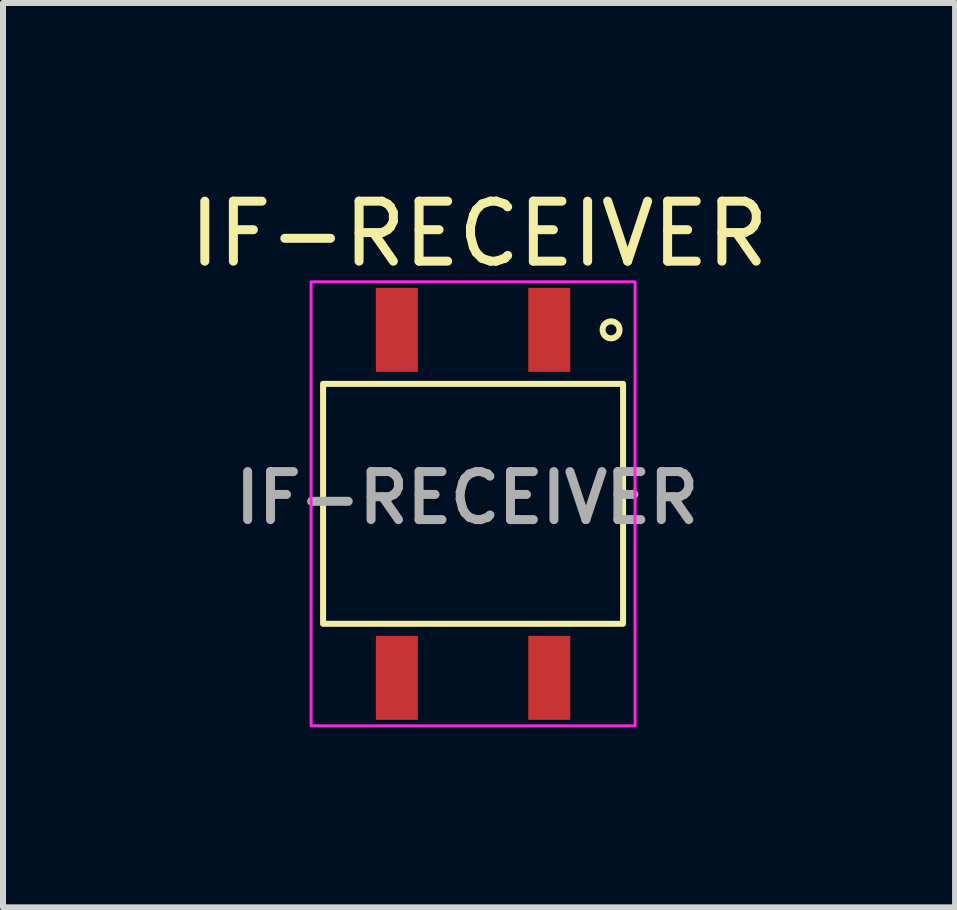
<source format=kicad_pcb>
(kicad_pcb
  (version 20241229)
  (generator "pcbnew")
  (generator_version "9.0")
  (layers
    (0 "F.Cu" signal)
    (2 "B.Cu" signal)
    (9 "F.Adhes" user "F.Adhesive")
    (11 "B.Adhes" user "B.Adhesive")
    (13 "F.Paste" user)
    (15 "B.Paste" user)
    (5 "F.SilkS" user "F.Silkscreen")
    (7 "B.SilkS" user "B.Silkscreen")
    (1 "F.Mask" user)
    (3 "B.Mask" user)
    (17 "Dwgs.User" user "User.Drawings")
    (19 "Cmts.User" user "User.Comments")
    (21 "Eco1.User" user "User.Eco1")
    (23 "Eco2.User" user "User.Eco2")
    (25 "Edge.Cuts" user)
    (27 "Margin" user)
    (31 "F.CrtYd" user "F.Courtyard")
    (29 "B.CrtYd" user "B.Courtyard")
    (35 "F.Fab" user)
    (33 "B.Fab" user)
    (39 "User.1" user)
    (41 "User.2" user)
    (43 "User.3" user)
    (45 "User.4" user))
  (footprint "IF-RECEIVER"
    (layer "F.Cu")
    (at 4.835 5.348)
    (property "Reference" "IF-RECEIVER" (at 0.1 -4.5 0) (layer "F.SilkS") (effects (font (size 1 1) (thickness 0.15))))
    (attr smd)
    (fp_rect (start -2.5 -2) (end 2.5 2) (stroke (width 0.1) (type default)) (fill no) (layer "F.SilkS"))
    (fp_circle (center 2.3 -2.9) (end 2.4 -2.8) (stroke (width 0.1) (type default)) (fill no) (layer "F.SilkS"))
    (fp_rect (start 2.7 3.7) (end -2.7 -3.7) (stroke (width 0.05) (type default)) (fill no) (layer "F.CrtYd"))
    (fp_text user "${REFERENCE}" (at -0.1 -0.1 0) (layer "F.Fab") (effects (font (size 0.8 0.8) (thickness 0.15))))
    (pad "1" smd rect (at 1.27 -2.9) (size 0.7 1.4) (layers "F.Cu" "F.Mask" "F.Paste"))
    (pad "2" smd rect (at -1.27 -2.9) (size 0.7 1.4) (layers "F.Cu" "F.Mask" "F.Paste"))
    (pad "3" smd rect (at -1.27 2.9) (size 0.7 1.4) (layers "F.Cu" "F.Mask" "F.Paste"))
    (pad "4" smd rect (at 1.27 2.9) (size 0.7 1.4) (layers "F.Cu" "F.Mask" "F.Paste")))
  (gr_rect
    (start -3 -3)
    (end 12.869 12.073)
    (stroke (width 0.1) (type default))
    (fill no)
    (layer "Edge.Cuts")))
</source>
